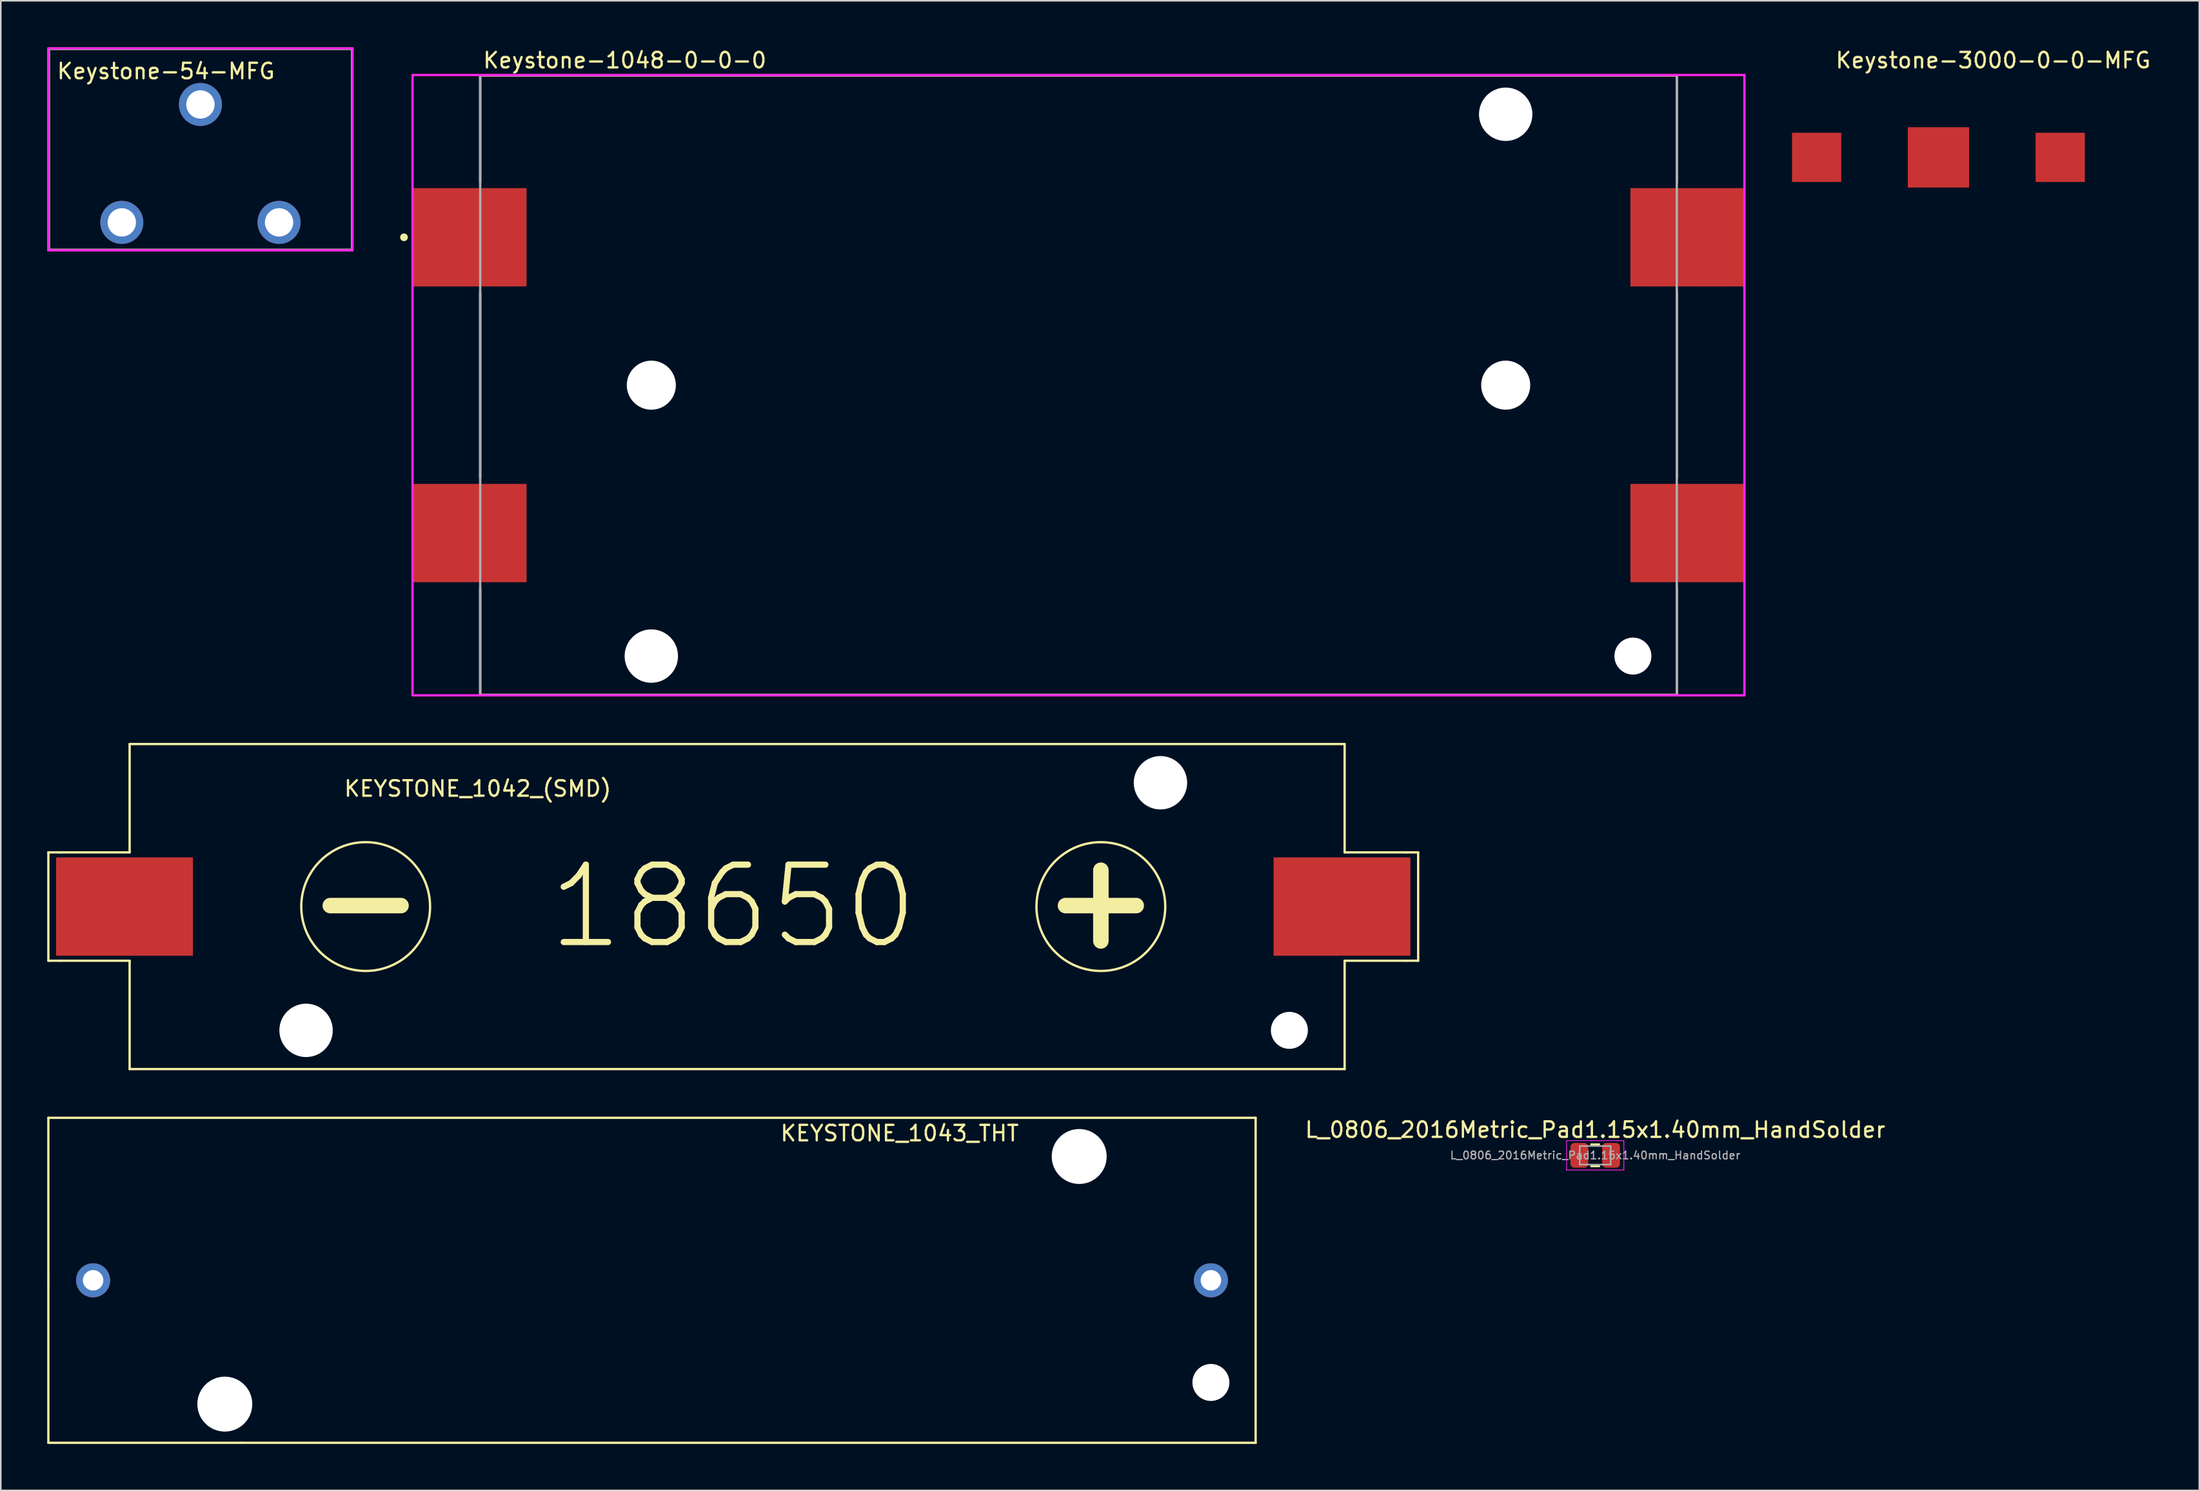
<source format=kicad_pcb>
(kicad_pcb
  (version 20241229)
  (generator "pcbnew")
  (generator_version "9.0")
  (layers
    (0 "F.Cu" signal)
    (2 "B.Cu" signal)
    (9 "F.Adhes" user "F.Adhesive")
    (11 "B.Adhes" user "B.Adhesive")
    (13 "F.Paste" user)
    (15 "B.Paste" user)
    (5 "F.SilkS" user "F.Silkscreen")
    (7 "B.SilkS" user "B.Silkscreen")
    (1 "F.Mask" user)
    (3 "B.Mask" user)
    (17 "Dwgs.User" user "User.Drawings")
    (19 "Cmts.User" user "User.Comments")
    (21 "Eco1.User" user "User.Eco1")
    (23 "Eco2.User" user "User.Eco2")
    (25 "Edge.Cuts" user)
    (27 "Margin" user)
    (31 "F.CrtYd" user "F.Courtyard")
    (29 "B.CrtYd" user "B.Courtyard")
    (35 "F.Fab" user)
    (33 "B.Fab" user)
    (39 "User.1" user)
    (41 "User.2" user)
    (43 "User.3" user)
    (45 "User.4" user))
  (footprint "KEYSTONE_1042_(SMD)"
    (layer "F.Cu")
    (at 44.325 55.528)
    (property "Reference" "KEYSTONE_1042_(SMD)" (at -16.51 -7.62 0) (layer "F.SilkS") (effects (font (size 1 1) (thickness 0.15))))
    (attr through_hole)
    (fp_line (start -44.25 -3.5) (end -44.25 3.5) (stroke (width 0.15) (type solid)) (layer "F.SilkS"))
    (fp_line (start -44.25 3.5) (end -43.5 3.5) (stroke (width 0.15) (type solid)) (layer "F.SilkS"))
    (fp_line (start -43.5 -3.5) (end -44.25 -3.5) (stroke (width 0.15) (type solid)) (layer "F.SilkS"))
    (fp_line (start -43.5 -3.5) (end -39 -3.5) (stroke (width 0.15) (type solid)) (layer "F.SilkS"))
    (fp_line (start -39 -10.5) (end 39.5 -10.5) (stroke (width 0.15) (type solid)) (layer "F.SilkS"))
    (fp_line (start -39 -3.5) (end -39 -10.5) (stroke (width 0.15) (type solid)) (layer "F.SilkS"))
    (fp_line (start -39 3.5) (end -43.5 3.5) (stroke (width 0.15) (type solid)) (layer "F.SilkS"))
    (fp_line (start -39 10.5) (end -39 3.5) (stroke (width 0.15) (type solid)) (layer "F.SilkS"))
    (fp_line (start 39.5 -10.5) (end 39.5 -3.5) (stroke (width 0.15) (type solid)) (layer "F.SilkS"))
    (fp_line (start 39.5 -3.5) (end 43.5 -3.5) (stroke (width 0.15) (type solid)) (layer "F.SilkS"))
    (fp_line (start 39.5 3.5) (end 39.5 10.5) (stroke (width 0.15) (type solid)) (layer "F.SilkS"))
    (fp_line (start 39.5 10.5) (end -39 10.5) (stroke (width 0.15) (type solid)) (layer "F.SilkS"))
    (fp_line (start 43.5 -3.5) (end 44.25 -3.5) (stroke (width 0.15) (type solid)) (layer "F.SilkS"))
    (fp_line (start 43.5 3.5) (end 39.5 3.5) (stroke (width 0.15) (type solid)) (layer "F.SilkS"))
    (fp_line (start 44.25 -3.5) (end 44.25 3.5) (stroke (width 0.15) (type solid)) (layer "F.SilkS"))
    (fp_line (start 44.25 3.5) (end 43.5 3.5) (stroke (width 0.15) (type solid)) (layer "F.SilkS"))
    (fp_circle (center -23.75 0) (end -26 3.5) (stroke (width 0.15) (type solid)) (fill no) (layer "F.SilkS"))
    (fp_circle (center 23.75 0) (end 26 3.5) (stroke (width 0.15) (type solid)) (fill no) (layer "F.SilkS"))
    (fp_text user "+" (at 23.75 -0.5 0) (layer "F.SilkS") (effects (font (size 6 6) (thickness 1))))
    (fp_text user "-" (at -23.75 -0.5 0) (layer "F.SilkS") (effects (font (size 6 6) (thickness 1))))
    (fp_text user "18650" (at 0 0 0) (layer "F.SilkS") (effects (font (size 5 5) (thickness 0.4))))
    (pad "" np_thru_hole circle (at -27.6 8) (size 3.45 3.45) (drill 3.45) (layers "*.Cu" "*.Mask"))
    (pad "" np_thru_hole circle (at 27.6 -8) (size 3.45 3.45) (drill 3.45) (layers "*.Cu" "*.Mask"))
    (pad "" np_thru_hole circle (at 35.93 8) (size 2.39 2.39) (drill 2.39) (layers "*.Cu" "*.Mask"))
    (pad "1" smd rect (at 39.33 0) (size 8.84 6.35) (layers "F.Cu" "F.Mask" "F.Paste"))
    (pad "2" smd rect (at -39.33 0) (size 8.84 6.35) (layers "F.Cu" "F.Mask" "F.Paste")))
  (footprint "KEYSTONE_1043_THT"
    (layer "F.Cu")
    (at 39.075 79.678)
    (property "Reference" "KEYSTONE_1043_THT" (at 16 -9.5 0) (layer "F.SilkS") (effects (font (size 1 1) (thickness 0.15))))
    (attr through_hole)
    (fp_line (start -39 -10.5) (end -39 0) (stroke (width 0.15) (type solid)) (layer "F.SilkS"))
    (fp_line (start -39 0) (end -39 10.5) (stroke (width 0.15) (type solid)) (layer "F.SilkS"))
    (fp_line (start -39 10.5) (end -26.5 10.5) (stroke (width 0.15) (type solid)) (layer "F.SilkS"))
    (fp_line (start -26.5 10.5) (end 39 10.5) (stroke (width 0.15) (type solid)) (layer "F.SilkS"))
    (fp_line (start 39 -10.5) (end -39 -10.5) (stroke (width 0.15) (type solid)) (layer "F.SilkS"))
    (fp_line (start 39 10.5) (end 39 -10.5) (stroke (width 0.15) (type solid)) (layer "F.SilkS"))
    (pad "" np_thru_hole circle (at -27.6 8) (size 3.55 3.55) (drill 3.55) (layers "*.Cu" "*.Mask"))
    (pad "" np_thru_hole circle (at 27.6 -8) (size 3.55 3.55) (drill 3.55) (layers "*.Cu" "*.Mask"))
    (pad "" np_thru_hole circle (at 36.11 6.6) (size 2.39 2.39) (drill 2.39) (layers "*.Cu" "*.Mask"))
    (pad "1" thru_hole circle (at 36.11 0) (size 2.2 2.2) (drill 1.32) (layers "*.Cu" "*.Mask"))
    (pad "2" thru_hole circle (at -36.11 0) (size 2.2 2.2) (drill 1.32) (layers "*.Cu" "*.Mask")))
  (footprint "Keystone-3000-0-0-MFG"
    (layer "F.Cu")
    (at 122.19 7.808)
    (property "Reference" "Keystone-3000-0-0-MFG" (at -6.73 -6.96 0) (layer "F.SilkS") (effects (font (size 1 1) (thickness 0.15)) (justify left)))
    (attr through_hole)
    (pad "1" smd rect (at 0 -0.69) (size 3.96 3.9) (layers "F.Cu" "F.Mask"))
    (pad "2" smd rect (at -7.87 -0.69) (size 3.18 3.18) (layers "F.Cu" "F.Mask" "F.Paste"))
    (pad "2" smd rect (at 7.87 -0.69) (size 3.18 3.18) (layers "F.Cu" "F.Mask" "F.Paste")))
  (footprint "Keystone-54-MFG"
    (layer "F.Cu")
    (at 9.9 6.6)
    (property "Reference" "Keystone-54-MFG" (at -9.35 -5.05 0) (layer "F.SilkS") (effects (font (size 1 1) (thickness 0.15)) (justify left)))
    (attr through_hole)
    (fp_line (start -9.8 -6.5) (end 9.8 -6.5) (stroke (width 0.15) (type solid)) (layer "F.SilkS"))
    (fp_line (start -9.8 6.5) (end -9.8 -6.5) (stroke (width 0.15) (type solid)) (layer "F.SilkS"))
    (fp_line (start -9.8 6.5) (end 9.8 6.5) (stroke (width 0.15) (type solid)) (layer "F.SilkS"))
    (fp_line (start 9.8 6.5) (end 9.8 -6.5) (stroke (width 0.15) (type solid)) (layer "F.SilkS"))
    (fp_line (start -9.825 -6.525) (end -9.825 6.525) (stroke (width 0.15) (type solid)) (layer "F.CrtYd"))
    (fp_line (start -9.825 6.525) (end 9.825 6.525) (stroke (width 0.15) (type solid)) (layer "F.CrtYd"))
    (fp_line (start 9.825 -6.525) (end -9.825 -6.525) (stroke (width 0.15) (type solid)) (layer "F.CrtYd"))
    (fp_line (start 9.825 -6.525) (end 9.825 -6.525) (stroke (width 0.15) (type solid)) (layer "F.CrtYd"))
    (fp_line (start 9.825 6.525) (end 9.825 -6.525) (stroke (width 0.15) (type solid)) (layer "F.CrtYd"))
    (fp_line (start -9.8 -6.5) (end 9.8 -6.5) (stroke (width 0.15) (type solid)) (layer "F.Fab"))
    (fp_line (start -9.8 6.5) (end -9.8 -6.5) (stroke (width 0.15) (type solid)) (layer "F.Fab"))
    (fp_line (start 9.8 -6.5) (end 9.8 6.5) (stroke (width 0.15) (type solid)) (layer "F.Fab"))
    (fp_line (start 9.8 6.5) (end -9.8 6.5) (stroke (width 0.15) (type solid)) (layer "F.Fab"))
    (pad "1" thru_hole circle (at -5.08 4.72) (size 2.78 2.78) (drill 1.83) (layers "*.Cu" "*.Mask"))
    (pad "1" thru_hole circle (at 0 -2.9 90) (size 2.78 2.78) (drill 1.83) (layers "*.Cu" "*.Mask"))
    (pad "1" thru_hole circle (at 5.08 4.72) (size 2.78 2.78) (drill 1.83) (layers "*.Cu" "*.Mask")))
  (footprint "Keystone-1048-0-0-0"
    (layer "F.Cu")
    (at 66.63 21.838)
    (property "Reference" "Keystone-1048-0-0-0" (at -38.555 -20.99 0) (layer "F.SilkS") (effects (font (size 1 1) (thickness 0.15)) (justify left)))
    (attr through_hole)
    (fp_line (start -38.655 -20.015) (end 38.655 -20.015) (stroke (width 0.15) (type solid)) (layer "F.SilkS"))
    (fp_line (start -38.655 -13.105) (end -38.655 -20.015) (stroke (width 0.15) (type solid)) (layer "F.SilkS"))
    (fp_line (start -38.655 6.005) (end -38.655 -6.005) (stroke (width 0.15) (type solid)) (layer "F.SilkS"))
    (fp_line (start -38.655 20.015) (end -38.655 13.105) (stroke (width 0.15) (type solid)) (layer "F.SilkS"))
    (fp_line (start -38.655 20.015) (end 38.655 20.015) (stroke (width 0.15) (type solid)) (layer "F.SilkS"))
    (fp_line (start 38.655 -13.105) (end 38.655 -20.015) (stroke (width 0.15) (type solid)) (layer "F.SilkS"))
    (fp_line (start 38.655 6.005) (end 38.655 -6.005) (stroke (width 0.15) (type solid)) (layer "F.SilkS"))
    (fp_line (start 38.655 20.015) (end 38.655 13.105) (stroke (width 0.15) (type solid)) (layer "F.SilkS"))
    (fp_circle (center -43.58 -9.555) (end -43.455 -9.555) (stroke (width 0.25) (type solid)) (fill no) (layer "F.SilkS"))
    (fp_line (start -43.025 -20.04) (end -43.025 20.04) (stroke (width 0.15) (type solid)) (layer "F.CrtYd"))
    (fp_line (start -43.025 20.04) (end 43.025 20.04) (stroke (width 0.15) (type solid)) (layer "F.CrtYd"))
    (fp_line (start 43.025 -20.04) (end -43.025 -20.04) (stroke (width 0.15) (type solid)) (layer "F.CrtYd"))
    (fp_line (start 43.025 -20.04) (end 43.025 -20.04) (stroke (width 0.15) (type solid)) (layer "F.CrtYd"))
    (fp_line (start 43.025 20.04) (end 43.025 -20.04) (stroke (width 0.15) (type solid)) (layer "F.CrtYd"))
    (fp_line (start -38.655 -20.015) (end 38.655 -20.015) (stroke (width 0.15) (type solid)) (layer "F.Fab"))
    (fp_line (start -38.655 20.015) (end -38.655 -20.015) (stroke (width 0.15) (type solid)) (layer "F.Fab"))
    (fp_line (start 38.655 -20.015) (end 38.655 20.015) (stroke (width 0.15) (type solid)) (layer "F.Fab"))
    (fp_line (start 38.655 20.015) (end -38.655 20.015) (stroke (width 0.15) (type solid)) (layer "F.Fab"))
    (pad "" np_thru_hole circle (at -27.6 0) (size 3.17 3.17) (drill 3.17) (layers "*.Cu" "*.Mask"))
    (pad "" np_thru_hole circle (at -27.6 17.505) (size 3.45 3.45) (drill 3.45) (layers "*.Cu" "*.Mask"))
    (pad "" np_thru_hole circle (at 27.6 -17.505) (size 3.45 3.45) (drill 3.45) (layers "*.Cu" "*.Mask"))
    (pad "" np_thru_hole circle (at 27.6 0) (size 3.17 3.17) (drill 3.17) (layers "*.Cu" "*.Mask"))
    (pad "" np_thru_hole circle (at 35.82 17.505) (size 2.39 2.39) (drill 2.39) (layers "*.Cu" "*.Mask"))
    (pad "1" smd rect (at -39.33 -9.555) (size 7.34 6.35) (layers "F.Cu" "F.Mask" "F.Paste"))
    (pad "2" smd rect (at 39.33 -9.555) (size 7.34 6.35) (layers "F.Cu" "F.Mask" "F.Paste"))
    (pad "3" smd rect (at -39.33 9.555) (size 7.34 6.35) (layers "F.Cu" "F.Mask" "F.Paste"))
    (pad "4" smd rect (at 39.33 9.555) (size 7.34 6.35) (layers "F.Cu" "F.Mask" "F.Paste")))
  (footprint "L_0806_2016Metric_Pad1.15x1.40mm_HandSolder"
    (layer "F.Cu")
    (at 100.013 71.602)
    (property "Reference" "L_0806_2016Metric_Pad1.15x1.40mm_HandSolder" (at 0 -1.65 0) (layer "F.SilkS") (effects (font (size 1 1) (thickness 0.15))))
    (attr smd)
    (fp_line (start -0.261 -0.71) (end 0.261 -0.71) (stroke (width 0.12) (type solid)) (layer "F.SilkS"))
    (fp_line (start -0.261 0.71) (end 0.261 0.71) (stroke (width 0.12) (type solid)) (layer "F.SilkS"))
    (fp_line (start -1.85 -0.95) (end 1.85 -0.95) (stroke (width 0.05) (type solid)) (layer "F.CrtYd"))
    (fp_line (start -1.85 0.95) (end -1.85 -0.95) (stroke (width 0.05) (type solid)) (layer "F.CrtYd"))
    (fp_line (start 1.85 -0.95) (end 1.85 0.95) (stroke (width 0.05) (type solid)) (layer "F.CrtYd"))
    (fp_line (start 1.85 0.95) (end -1.85 0.95) (stroke (width 0.05) (type solid)) (layer "F.CrtYd"))
    (fp_line (start -1 -0.6) (end 1 -0.6) (stroke (width 0.1) (type solid)) (layer "F.Fab"))
    (fp_line (start -1 0.6) (end -1 -0.6) (stroke (width 0.1) (type solid)) (layer "F.Fab"))
    (fp_line (start 1 -0.6) (end 1 0.6) (stroke (width 0.1) (type solid)) (layer "F.Fab"))
    (fp_line (start 1 0.6) (end -1 0.6) (stroke (width 0.1) (type solid)) (layer "F.Fab"))
    (fp_text user "${REFERENCE}" (at 0 0 0) (layer "F.Fab") (effects (font (size 0.5 0.5) (thickness 0.08))))
    (pad "1" smd roundrect (at -1.025 0) (size 1.15 1.6) (layers "F.Cu" "F.Mask" "F.Paste") (roundrect_rratio 0.217))
    (pad "2" smd roundrect (at 1.025 0) (size 1.15 1.6) (layers "F.Cu" "F.Mask" "F.Paste") (roundrect_rratio 0.217)))
  (gr_rect
    (start -3 -3)
    (end 139.043 93.253)
    (stroke (width 0.1) (type default))
    (fill no)
    (layer "Edge.Cuts")))
</source>
